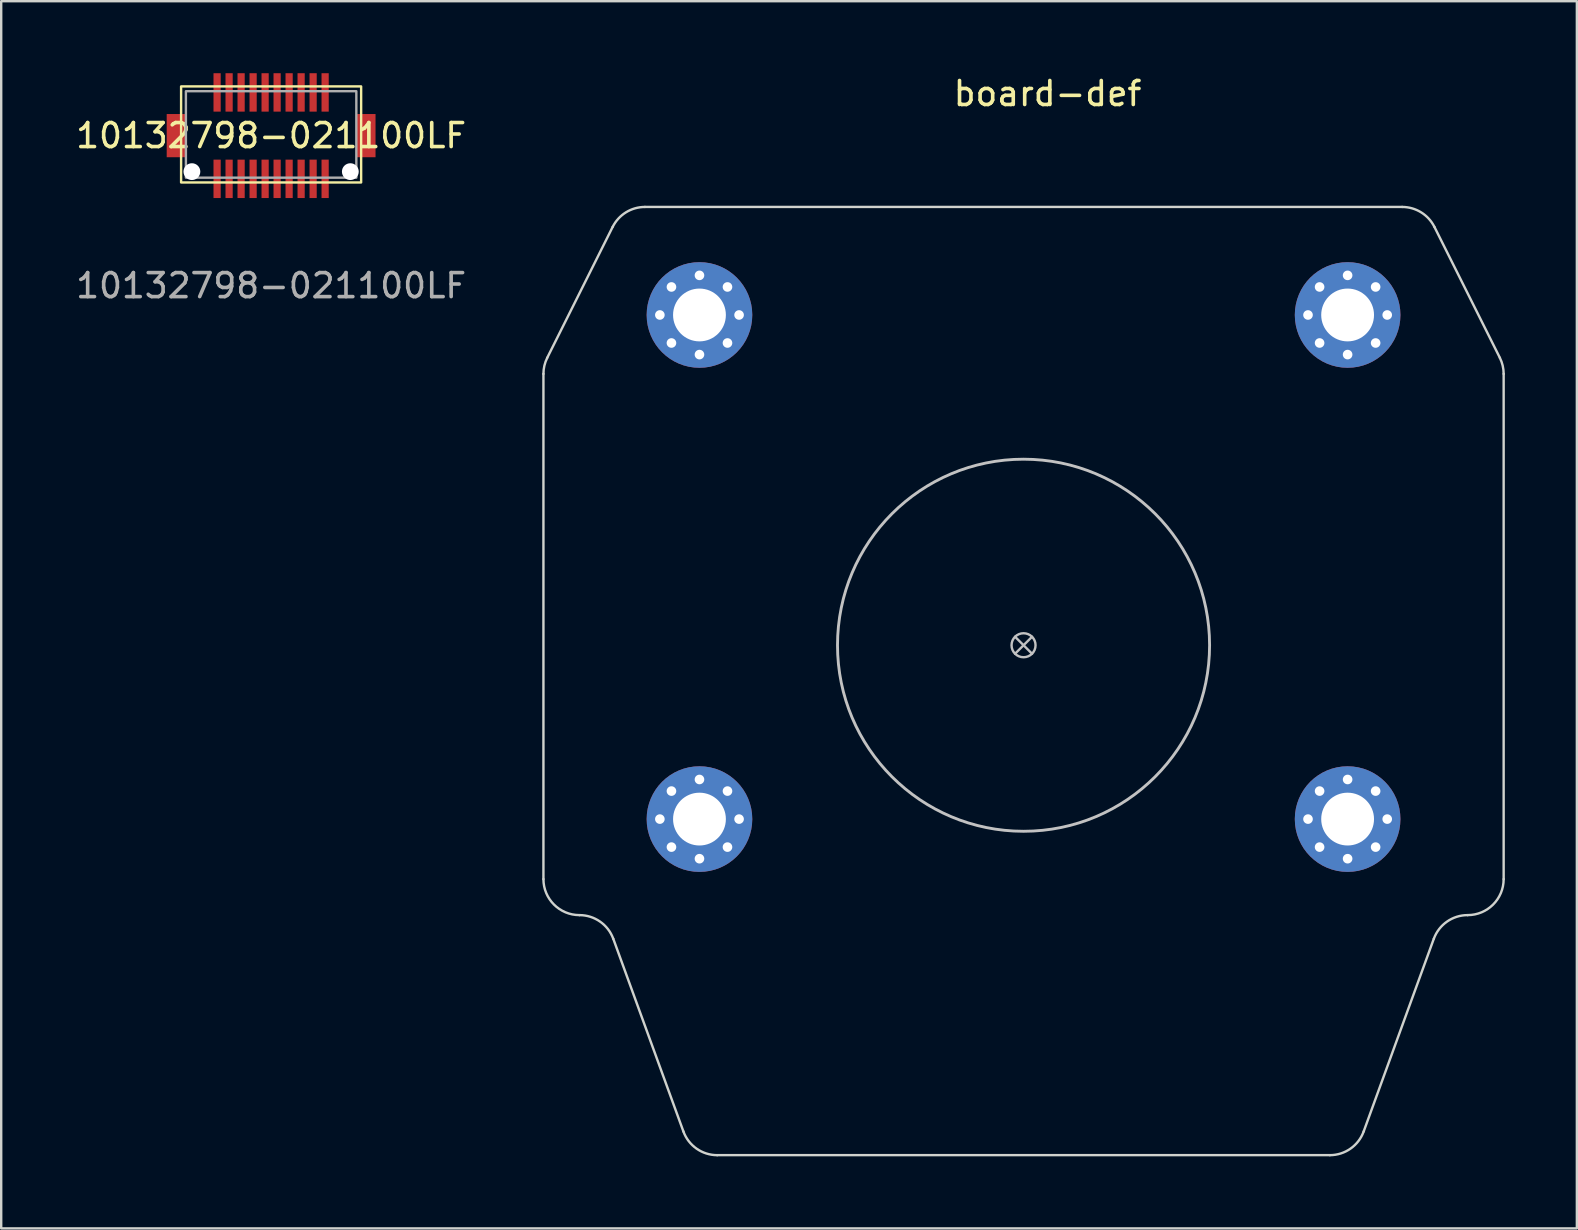
<source format=kicad_pcb>
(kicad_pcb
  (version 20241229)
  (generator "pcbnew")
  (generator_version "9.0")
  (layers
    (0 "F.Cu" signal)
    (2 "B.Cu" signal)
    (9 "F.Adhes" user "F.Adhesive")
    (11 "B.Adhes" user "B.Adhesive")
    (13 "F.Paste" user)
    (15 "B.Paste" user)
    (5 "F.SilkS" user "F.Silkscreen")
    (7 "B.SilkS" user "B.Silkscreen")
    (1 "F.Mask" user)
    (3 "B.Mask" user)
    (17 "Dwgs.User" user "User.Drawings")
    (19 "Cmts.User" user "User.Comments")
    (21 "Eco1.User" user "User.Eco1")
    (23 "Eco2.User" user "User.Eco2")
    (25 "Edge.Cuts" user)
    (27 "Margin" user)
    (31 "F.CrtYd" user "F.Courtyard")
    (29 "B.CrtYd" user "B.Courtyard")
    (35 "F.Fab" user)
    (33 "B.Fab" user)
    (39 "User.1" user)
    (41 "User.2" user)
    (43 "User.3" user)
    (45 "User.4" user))
  (footprint "10132798-021100LF"
    (layer "F.Cu")
    (at 8.244 2.6)
    (property "Reference" "10132798-021100LF" (at 0 0 0) (unlocked yes) (layer "F.SilkS") (effects (font (size 1 1) (thickness 0.15))))
    (attr smd)
    (fp_rect (start -3.75 -2.05) (end 3.75 1.95) (stroke (width 0.1) (type solid)) (fill no) (layer "F.SilkS"))
    (fp_rect (start -3.55 -1.85) (end 3.55 1.75) (stroke (width 0.1) (type solid)) (fill no) (layer "F.Fab"))
    (fp_text user "${REFERENCE}" (at 0 6.25 0) (unlocked yes) (layer "F.Fab") (effects (font (size 1 1) (thickness 0.15))))
    (pad "" np_thru_hole circle (at -3.3 1.5) (size 0.7 0.7) (drill 0.7) (layers "*.Cu" "*.Mask"))
    (pad "" np_thru_hole circle (at 3.3 1.5) (size 0.7 0.7) (drill 0.7) (layers "*.Cu" "*.Mask"))
    (pad "1" smd rect (at -2.25 -1.8) (size 0.3 1.6) (layers "F.Cu" "F.Mask" "F.Paste"))
    (pad "2" smd rect (at -1.75 -1.8) (size 0.3 1.6) (layers "F.Cu" "F.Mask" "F.Paste"))
    (pad "3" smd rect (at -1.25 -1.8) (size 0.3 1.6) (layers "F.Cu" "F.Mask" "F.Paste"))
    (pad "4" smd rect (at -0.75 -1.8) (size 0.3 1.6) (layers "F.Cu" "F.Mask" "F.Paste"))
    (pad "5" smd rect (at -0.25 -1.8) (size 0.3 1.6) (layers "F.Cu" "F.Mask" "F.Paste"))
    (pad "6" smd rect (at 0.25 -1.8) (size 0.3 1.6) (layers "F.Cu" "F.Mask" "F.Paste"))
    (pad "7" smd rect (at 0.75 -1.8) (size 0.3 1.6) (layers "F.Cu" "F.Mask" "F.Paste"))
    (pad "8" smd rect (at 1.25 -1.8) (size 0.3 1.6) (layers "F.Cu" "F.Mask" "F.Paste"))
    (pad "9" smd rect (at 1.75 -1.8) (size 0.3 1.6) (layers "F.Cu" "F.Mask" "F.Paste"))
    (pad "10" smd rect (at 2.25 -1.8) (size 0.3 1.6) (layers "F.Cu" "F.Mask" "F.Paste"))
    (pad "11" smd rect (at 2.25 1.8) (size 0.3 1.6) (layers "F.Cu" "F.Mask" "F.Paste"))
    (pad "12" smd rect (at 1.75 1.8) (size 0.3 1.6) (layers "F.Cu" "F.Mask" "F.Paste"))
    (pad "13" smd rect (at 1.25 1.8) (size 0.3 1.6) (layers "F.Cu" "F.Mask" "F.Paste"))
    (pad "14" smd rect (at 0.75 1.8) (size 0.3 1.6) (layers "F.Cu" "F.Mask" "F.Paste"))
    (pad "15" smd rect (at 0.25 1.8) (size 0.3 1.6) (layers "F.Cu" "F.Mask" "F.Paste"))
    (pad "16" smd rect (at -0.25 1.8) (size 0.3 1.6) (layers "F.Cu" "F.Mask" "F.Paste"))
    (pad "17" smd rect (at -0.75 1.8) (size 0.3 1.6) (layers "F.Cu" "F.Mask" "F.Paste"))
    (pad "18" smd rect (at -1.25 1.8) (size 0.3 1.6) (layers "F.Cu" "F.Mask" "F.Paste"))
    (pad "19" smd rect (at -1.75 1.8) (size 0.3 1.6) (layers "F.Cu" "F.Mask" "F.Paste"))
    (pad "20" smd rect (at -2.25 1.8) (size 0.3 1.6) (layers "F.Cu" "F.Mask" "F.Paste"))
    (pad "MP" smd rect (at -3.95 0) (size 0.8 1.8) (layers "F.Cu" "F.Mask" "F.Paste"))
    (pad "MP" smd rect (at 3.95 0) (size 0.8 1.8) (layers "F.Cu" "F.Mask" "F.Paste")))
  (footprint "board-def"
    (layer "F.Cu")
    (at 39.588 20.348)
    (property "Reference" "board-def" (at 1 -19.5 0) (unlocked yes) (layer "F.SilkS") (effects (font (size 1 1) (thickness 0.15))))
    (fp_line (start -15 -13.277) (end -15 -12.99) (stroke (width 0.1) (type solid)) (layer "B.Mask"))
    (fp_line (start -15 13.436) (end -15 -12.99) (stroke (width 0.1) (type solid)) (layer "B.Mask"))
    (fp_line (start -15 13.723) (end -15 13.436) (stroke (width 0.1) (type solid)) (layer "B.Mask"))
    (fp_line (start -14 -14.277) (end -16.891 -14.277) (stroke (width 0.1) (type solid)) (layer "B.Mask"))
    (fp_line (start -14 14.723) (end 14 14.723) (stroke (width 0.1) (type solid)) (layer "B.Mask"))
    (fp_line (start -12 7.223) (end -12 -6.777) (stroke (width 0.1) (type solid)) (layer "B.Mask"))
    (fp_line (start -7 -11.777) (end 7 -11.777) (stroke (width 0.1) (type solid)) (layer "B.Mask"))
    (fp_line (start 7 12.223) (end -7 12.223) (stroke (width 0.1) (type solid)) (layer "B.Mask"))
    (fp_line (start 12 -6.777) (end 12 7.223) (stroke (width 0.1) (type solid)) (layer "B.Mask"))
    (fp_line (start 14 -14.277) (end -14 -14.277) (stroke (width 0.1) (type solid)) (layer "B.Mask"))
    (fp_line (start 14 -14.277) (end 16.891 -14.277) (stroke (width 0.1) (type solid)) (layer "B.Mask"))
    (fp_line (start 15 13.436) (end 15 -12.99) (stroke (width 0.1) (type solid)) (layer "B.Mask"))
    (fp_line (start 15 13.723) (end 15 13.436) (stroke (width 0.1) (type solid)) (layer "B.Mask"))
    (fp_line (start 15 -13.277) (end 15 -12.99) (stroke (width 0.1) (type solid)) (layer "B.Mask"))
    (fp_arc (start -17.114591 -13.947741) (mid -17.013752 -14.11978) (end -16.890983 -14.276922) (stroke (width 0.1) (type solid)) (layer "B.Mask"))
    (fp_arc (start -15.000001 -13.276921) (mid -14.707108 -13.984028) (end -14.000001 -14.276921) (stroke (width 0.1) (type solid)) (layer "B.Mask"))
    (fp_arc (start -14.000001 14.723079) (mid -14.707108 14.430186) (end -15.000001 13.723079) (stroke (width 0.1) (type solid)) (layer "B.Mask"))
    (fp_arc (start -12.000001 -6.776921) (mid -10.535535 -10.312455) (end -7.000001 -11.776921) (stroke (width 0.1) (type solid)) (layer "B.Mask"))
    (fp_arc (start -7.000001 12.223079) (mid -10.535535 10.758613) (end -12.000001 7.223079) (stroke (width 0.1) (type solid)) (layer "B.Mask"))
    (fp_arc (start 6.999999 -11.776921) (mid 10.535534 -10.312455) (end 11.999999 -6.776921) (stroke (width 0.1) (type solid)) (layer "B.Mask"))
    (fp_arc (start 11.999999 7.223079) (mid 10.535533 10.758613) (end 6.999999 12.223079) (stroke (width 0.1) (type solid)) (layer "B.Mask"))
    (fp_arc (start 14.00001 -14.276909) (mid 14.707106 -13.984012) (end 15.000011 -13.27691) (stroke (width 0.1) (type solid)) (layer "B.Mask"))
    (fp_arc (start 14.999991 13.72309) (mid 14.707095 14.430187) (end 13.999992 14.723091) (stroke (width 0.1) (type solid)) (layer "B.Mask"))
    (fp_arc (start 16.890992 -14.276909) (mid 17.013753 -14.119772) (end 17.114589 -13.947741) (stroke (width 0.1) (type solid)) (layer "B.Mask"))
    (fp_poly (pts (xy -15 -7.927) (xy -15 13.323) (xy -20 13.323) (xy -20 -7.927)) (stroke (width 0.05) (type solid)) (fill yes) (layer "B.Mask"))
    (fp_poly (pts (xy 14.98 -7.927) (xy 14.98 13.323) (xy 19.98 13.323) (xy 19.98 -7.927)) (stroke (width 0.05) (type solid)) (fill yes) (layer "B.Mask"))
    (fp_poly (pts (xy 18.2 -11.777) (xy -18.15 -11.777) (xy -16.9 -14.277) (xy 16.891 -14.254)) (stroke (width 0.05) (type solid)) (fill yes) (layer "B.Mask"))
    (fp_poly (pts (xy -15 -7.927) (xy -20 -7.927) (xy -19.95 -8.177) (xy -19.85 -8.477) (xy -18.15 -11.827) (xy -15 -11.827)) (stroke (width 0.05) (type solid)) (fill yes) (layer "B.Mask"))
    (fp_poly (pts (xy 14.98 -7.927) (xy 19.98 -7.927) (xy 19.93 -8.177) (xy 19.83 -8.477) (xy 18.13 -11.827) (xy 14.98 -11.827)) (stroke (width 0.05) (type solid)) (fill yes) (layer "B.Mask"))
    (fp_poly (pts (xy -15 13.873) (xy -14.95 14.073) (xy -14.85 14.273) (xy -14.65 14.523) (xy -14.45 14.623) (xy -14.4 14.673) (xy -14.15 14.723) (xy -18.5 14.723) (xy -19 14.673) (xy -19.2 14.573) (xy -19.45 14.423) (xy -19.6 14.273) (xy -19.8 13.973) (xy -19.95 13.673) (xy -20 13.323) (xy -15 13.323)) (stroke (width 0.05) (type solid)) (fill yes) (layer "B.Mask"))
    (fp_poly (pts (xy 14.98 13.873) (xy 14.93 14.073) (xy 14.83 14.273) (xy 14.63 14.523) (xy 14.43 14.623) (xy 14.38 14.673) (xy 14.13 14.723) (xy 18.48 14.723) (xy 18.98 14.673) (xy 19.18 14.573) (xy 19.43 14.423) (xy 19.58 14.273) (xy 19.78 13.973) (xy 19.93 13.673) (xy 19.98 13.323) (xy 14.98 13.323)) (stroke (width 0.05) (type solid)) (fill yes) (layer "B.Mask"))
    (fp_poly (pts (xy -7.65 -11.727) (xy -8.9 -11.427) (xy -9.4 -11.127) (xy -9.6 -11.077) (xy -9.8 -10.877) (xy -9.9 -10.877) (xy -10.15 -10.627) (xy -10.2 -10.627) (xy -11.1 -9.677) (xy -11.65 -8.577) (xy -11.75 -8.377) (xy -11.85 -7.827) (xy -11.9 -7.677) (xy -11.95 -7.577) (xy -11.95 -7.477) (xy -12 -7.127) (xy -12 -7.027) (xy -12.05 7.723) (xy -11.7 9.073) (xy -10.95 10.423) (xy -9.7 11.473) (xy -8.823 11.923) (xy -7.35 12.273) (xy -0.000006 12.246) (xy -0.000006 14.723) (xy -14.95 14.723) (xy -14.95 -11.754) (xy -9 -11.754) (xy -8.7 -11.777) (xy -7.65 -11.777)) (stroke (width 0.05) (type solid)) (fill yes) (layer "B.Mask"))
    (fp_poly (pts (xy 7.65 -11.727) (xy 8.9 -11.427) (xy 9.4 -11.127) (xy 9.6 -11.077) (xy 9.8 -10.877) (xy 9.9 -10.877) (xy 10.15 -10.627) (xy 10.2 -10.627) (xy 11.1 -9.677) (xy 11.65 -8.577) (xy 11.75 -8.377) (xy 11.85 -7.827) (xy 11.9 -7.677) (xy 11.95 -7.577) (xy 11.95 -7.477) (xy 12 -7.127) (xy 12 -7.027) (xy 12.05 7.723) (xy 11.7 9.073) (xy 10.95 10.423) (xy 9.7 11.473) (xy 8.823 11.923) (xy 7.35 12.273) (xy -0.000001 12.246) (xy -0.000001 14.723) (xy 14.95 14.723) (xy 14.95 -11.754) (xy 9 -11.754) (xy 8.7 -11.777) (xy 7.65 -11.777)) (stroke (width 0.05) (type solid)) (fill yes) (layer "B.Mask"))
    (fp_line (start -13.854 -10.63) (end -13.146 -9.923) (stroke (width 0.1) (type solid)) (layer "Dwgs.User"))
    (fp_line (start -13.854 10.37) (end -13.146 11.077) (stroke (width 0.1) (type solid)) (layer "Dwgs.User"))
    (fp_line (start -13.146 -10.63) (end -13.854 -9.923) (stroke (width 0.1) (type solid)) (layer "Dwgs.User"))
    (fp_line (start -13.146 10.37) (end -13.854 11.077) (stroke (width 0.1) (type solid)) (layer "Dwgs.User"))
    (fp_line (start -0.354 3.127) (end 0.354 3.835) (stroke (width 0.1) (type solid)) (layer "Dwgs.User"))
    (fp_line (start -0.354 3.835) (end 0.354 3.127) (stroke (width 0.1) (type solid)) (layer "Dwgs.User"))
    (fp_line (start 13.146 -10.63) (end 13.854 -9.923) (stroke (width 0.1) (type solid)) (layer "Dwgs.User"))
    (fp_line (start 13.146 10.37) (end 13.854 11.077) (stroke (width 0.1) (type solid)) (layer "Dwgs.User"))
    (fp_line (start 13.854 -10.63) (end 13.146 -9.923) (stroke (width 0.1) (type solid)) (layer "Dwgs.User"))
    (fp_line (start 13.854 10.37) (end 13.146 11.077) (stroke (width 0.1) (type solid)) (layer "Dwgs.User"))
    (fp_circle (center -13.5 -10.277) (end -13 -10.277) (stroke (width 0.1) (type solid)) (fill no) (layer "Dwgs.User"))
    (fp_circle (center -13.5 10.723) (end -13 10.723) (stroke (width 0.1) (type solid)) (fill no) (layer "Dwgs.User"))
    (fp_circle (center -0.000001 3.481) (end 0.5 3.481) (stroke (width 0.1) (type solid)) (fill no) (layer "Dwgs.User"))
    (fp_circle (center 0 3.481) (end 7.75 3.481) (stroke (width 0.12) (type solid)) (fill no) (layer "Dwgs.User"))
    (fp_circle (center 13.5 -10.277) (end 14 -10.277) (stroke (width 0.1) (type solid)) (fill no) (layer "Dwgs.User"))
    (fp_circle (center 13.5 10.723) (end 14 10.723) (stroke (width 0.1) (type solid)) (fill no) (layer "Dwgs.User"))
    (fp_line (start -20 -7.823) (end -20 13.223) (stroke (width 0.1) (type solid)) (layer "Edge.Cuts"))
    (fp_line (start -19.842 -8.494) (end -17.115 -13.948) (stroke (width 0.1) (type solid)) (layer "Edge.Cuts"))
    (fp_line (start -17.09 15.71) (end -14.169 23.736) (stroke (width 0.1) (type solid)) (layer "Edge.Cuts"))
    (fp_line (start -12.76 24.723) (end 12.76 24.723) (stroke (width 0.1) (type solid)) (layer "Edge.Cuts"))
    (fp_line (start 15.773 -14.777) (end -15.773 -14.777) (stroke (width 0.1) (type solid)) (layer "Edge.Cuts"))
    (fp_line (start 17.09 15.71) (end 14.169 23.736) (stroke (width 0.1) (type solid)) (layer "Edge.Cuts"))
    (fp_line (start 17.115 -13.948) (end 19.842 -8.494) (stroke (width 0.1) (type solid)) (layer "Edge.Cuts"))
    (fp_line (start 20 13.223) (end 20 -7.823) (stroke (width 0.1) (type solid)) (layer "Edge.Cuts"))
    (fp_arc (start -20.000001 -7.822819) (mid -19.959875 -8.167448) (end -19.841642 -8.493639) (stroke (width 0.1) (type solid)) (layer "Edge.Cuts"))
    (fp_arc (start -18.500001 14.723079) (mid -19.560661 14.283739) (end -20.000001 13.223079) (stroke (width 0.1) (type solid)) (layer "Edge.Cuts"))
    (fp_arc (start -18.500001 14.723079) (mid -17.639636 14.994351) (end -17.090462 15.710049) (stroke (width 0.1) (type solid)) (layer "Edge.Cuts"))
    (fp_arc (start -17.114591 -13.947741) (mid -16.561547 -14.552897) (end -15.77295 -14.776921) (stroke (width 0.1) (type solid)) (layer "Edge.Cuts"))
    (fp_arc (start -12.759676 24.723079) (mid -13.620052 24.451817) (end -14.169215 23.736109) (stroke (width 0.1) (type solid)) (layer "Edge.Cuts"))
    (fp_arc (start 14.169213 23.736109) (mid 13.620039 24.451807) (end 12.759674 24.723079) (stroke (width 0.1) (type solid)) (layer "Edge.Cuts"))
    (fp_arc (start 15.772948 -14.776921) (mid 16.561545 -14.552897) (end 17.114589 -13.947741) (stroke (width 0.1) (type solid)) (layer "Edge.Cuts"))
    (fp_arc (start 17.09046 15.710049) (mid 17.639634 14.994351) (end 18.499999 14.723079) (stroke (width 0.1) (type solid)) (layer "Edge.Cuts"))
    (fp_arc (start 19.84164 -8.493639) (mid 19.959872 -8.167448) (end 19.999999 -7.822819) (stroke (width 0.1) (type solid)) (layer "Edge.Cuts"))
    (fp_arc (start 19.999999 13.223079) (mid 19.560659 14.283739) (end 18.499999 14.723079) (stroke (width 0.1) (type solid)) (layer "Edge.Cuts"))
    (pad "1" thru_hole circle (at -15.15 -10.277) (size 0.7 0.7) (drill 0.4) (layers "*.Cu" "*.Mask"))
    (pad "1" thru_hole circle (at -15.15 10.723) (size 0.7 0.7) (drill 0.4) (layers "*.Cu" "*.Mask"))
    (pad "1" thru_hole circle (at -14.667 -11.444) (size 0.7 0.7) (drill 0.4) (layers "*.Cu" "*.Mask"))
    (pad "1" thru_hole circle (at -14.667 -9.11) (size 0.7 0.7) (drill 0.4) (layers "*.Cu" "*.Mask"))
    (pad "1" thru_hole circle (at -14.667 9.556) (size 0.7 0.7) (drill 0.4) (layers "*.Cu" "*.Mask"))
    (pad "1" thru_hole circle (at -14.667 11.89) (size 0.7 0.7) (drill 0.4) (layers "*.Cu" "*.Mask"))
    (pad "1" thru_hole circle (at -13.5 -11.927) (size 0.7 0.7) (drill 0.4) (layers "*.Cu" "*.Mask"))
    (pad "1" thru_hole circle (at -13.5 -10.277) (size 4.4 4.4) (drill 2.2) (layers "*.Cu" "*.Mask"))
    (pad "1" thru_hole circle (at -13.5 -8.627) (size 0.7 0.7) (drill 0.4) (layers "*.Cu" "*.Mask"))
    (pad "1" thru_hole circle (at -13.5 9.073) (size 0.7 0.7) (drill 0.4) (layers "*.Cu" "*.Mask"))
    (pad "1" thru_hole circle (at -13.5 10.723) (size 4.4 4.4) (drill 2.2) (layers "*.Cu" "*.Mask"))
    (pad "1" thru_hole circle (at -13.5 12.373) (size 0.7 0.7) (drill 0.4) (layers "*.Cu" "*.Mask"))
    (pad "1" thru_hole circle (at -12.333 -11.444) (size 0.7 0.7) (drill 0.4) (layers "*.Cu" "*.Mask"))
    (pad "1" thru_hole circle (at -12.333 -9.11) (size 0.7 0.7) (drill 0.4) (layers "*.Cu" "*.Mask"))
    (pad "1" thru_hole circle (at -12.333 9.556) (size 0.7 0.7) (drill 0.4) (layers "*.Cu" "*.Mask"))
    (pad "1" thru_hole circle (at -12.333 11.89) (size 0.7 0.7) (drill 0.4) (layers "*.Cu" "*.Mask"))
    (pad "1" thru_hole circle (at -11.85 -10.277) (size 0.7 0.7) (drill 0.4) (layers "*.Cu" "*.Mask"))
    (pad "1" thru_hole circle (at -11.85 10.723) (size 0.7 0.7) (drill 0.4) (layers "*.Cu" "*.Mask"))
    (pad "1" thru_hole circle (at 11.85 -10.277) (size 0.7 0.7) (drill 0.4) (layers "*.Cu" "*.Mask"))
    (pad "1" thru_hole circle (at 11.85 10.723) (size 0.7 0.7) (drill 0.4) (layers "*.Cu" "*.Mask"))
    (pad "1" thru_hole circle (at 12.333 -11.444) (size 0.7 0.7) (drill 0.4) (layers "*.Cu" "*.Mask"))
    (pad "1" thru_hole circle (at 12.333 -9.11) (size 0.7 0.7) (drill 0.4) (layers "*.Cu" "*.Mask"))
    (pad "1" thru_hole circle (at 12.333 9.556) (size 0.7 0.7) (drill 0.4) (layers "*.Cu" "*.Mask"))
    (pad "1" thru_hole circle (at 12.333 11.89) (size 0.7 0.7) (drill 0.4) (layers "*.Cu" "*.Mask"))
    (pad "1" thru_hole circle (at 13.5 -11.927) (size 0.7 0.7) (drill 0.4) (layers "*.Cu" "*.Mask"))
    (pad "1" thru_hole circle (at 13.5 -10.277) (size 4.4 4.4) (drill 2.2) (layers "*.Cu" "*.Mask"))
    (pad "1" thru_hole circle (at 13.5 -8.627) (size 0.7 0.7) (drill 0.4) (layers "*.Cu" "*.Mask"))
    (pad "1" thru_hole circle (at 13.5 9.073) (size 0.7 0.7) (drill 0.4) (layers "*.Cu" "*.Mask"))
    (pad "1" thru_hole circle (at 13.5 10.723) (size 4.4 4.4) (drill 2.2) (layers "*.Cu" "*.Mask"))
    (pad "1" thru_hole circle (at 13.5 12.373) (size 0.7 0.7) (drill 0.4) (layers "*.Cu" "*.Mask"))
    (pad "1" thru_hole circle (at 14.667 -11.444) (size 0.7 0.7) (drill 0.4) (layers "*.Cu" "*.Mask"))
    (pad "1" thru_hole circle (at 14.667 -9.11) (size 0.7 0.7) (drill 0.4) (layers "*.Cu" "*.Mask"))
    (pad "1" thru_hole circle (at 14.667 9.556) (size 0.7 0.7) (drill 0.4) (layers "*.Cu" "*.Mask"))
    (pad "1" thru_hole circle (at 14.667 11.89) (size 0.7 0.7) (drill 0.4) (layers "*.Cu" "*.Mask"))
    (pad "1" thru_hole circle (at 15.15 -10.277) (size 0.7 0.7) (drill 0.4) (layers "*.Cu" "*.Mask"))
    (pad "1" thru_hole circle (at 15.15 10.723) (size 0.7 0.7) (drill 0.4) (layers "*.Cu" "*.Mask"))
    (zone (net_name "") (layer "B.Cu") (name "Bracket-Keepout") (hatch edge 0.508) (connect_pads) (min_thickness 0.254) (filled_areas_thickness no) (keepout (tracks allowed) (vias allowed) (pads not_allowed) (copperpour allowed) (footprints not_allowed)) (placement (enabled no)) (fill) (polygon (pts (xy 28.313 11.273) (xy 28.188 11.473) (xy 27.838 12.548) (xy 27.738 13.373) (xy 27.763 28.048) (xy 19.488 28.073) (xy 19.513 12.798) (xy 19.513 12.273) (xy 19.638 11.898) (xy 21.313 8.473) (xy 22.288 6.573) (xy 22.588 5.998) (xy 22.863 5.948) (xy 28.313 5.948))))
    (zone (net_name "") (layer "B.Cu") (name "Bracket-Keepout") (hatch edge 0.508) (connect_pads) (min_thickness 0.254) (filled_areas_thickness no) (keepout (tracks allowed) (vias allowed) (pads not_allowed) (copperpour allowed) (footprints not_allowed)) (placement (enabled no)) (fill) (polygon (pts (xy 56.563 6.048) (xy 59.538 11.923) (xy 59.638 12.423) (xy 59.638 33.948) (xy 59.363 34.548) (xy 58.788 35.023) (xy 57.588 35.173) (xy 21.538 35.148) (xy 20.913 35.148) (xy 20.338 34.998) (xy 19.963 34.723) (xy 19.588 34.173) (xy 19.513 33.598) (xy 19.488 28.048) (xy 27.763 28.048) (xy 27.913 28.948) (xy 28.463 30.173) (xy 29.338 31.198) (xy 30.313 31.898) (xy 31.313 32.273) (xy 32.338 32.448) (xy 47.088 32.448) (xy 48.338 32.148) (xy 49.263 31.648) (xy 50.013 30.998) (xy 50.863 29.873) (xy 51.288 28.923) (xy 51.438 27.998) (xy 51.438 13.573) (xy 51.363 12.673) (xy 51.013 11.548) (xy 50.438 10.623) (xy 49.813 9.923) (xy 49.163 9.473) (xy 48.513 9.073) (xy 47.538 8.798) (xy 46.838 8.698) (xy 32.188 8.698) (xy 31.438 8.798) (xy 30.413 9.223) (xy 29.538 9.773) (xy 28.763 10.548) (xy 28.188 11.473) (xy 28.188 5.948) (xy 56.438 5.948)))))
  (gr_rect
    (start -3 -3)
    (end 62.638 48.121)
    (stroke (width 0.1) (type default))
    (fill no)
    (layer "Edge.Cuts")))
</source>
